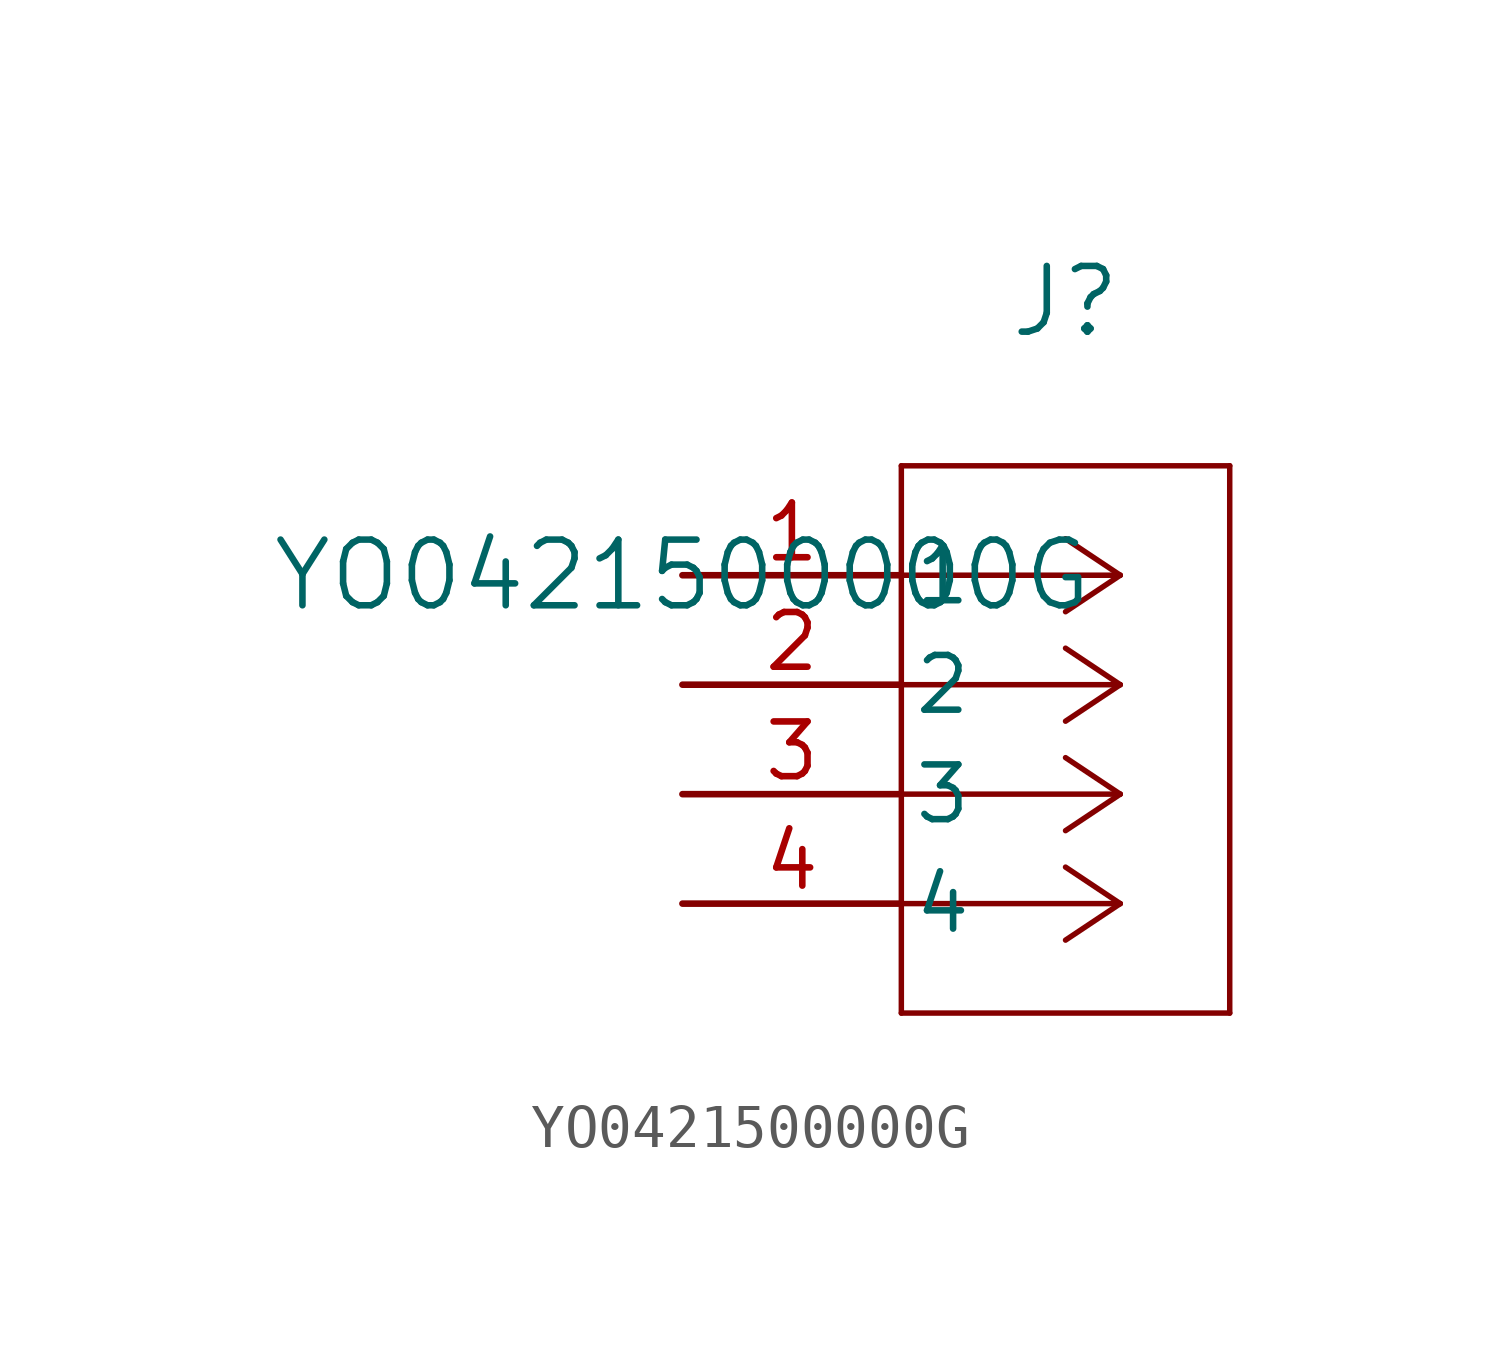
<source format=kicad_sym>
(kicad_symbol_lib
  (version 20211014)
  (generator kicad_symbol_editor)
  (symbol "YO0421500000G"
    (pin_names
      (offset 0.254))
    (property "Reference" "J"
      (at 8.89 6.35 0)
      (effects (font (size 1.524 1.524))))
    (property "Value" "YO0421500000G"
      (at 0 0 0)
      (effects (font (size 1.524 1.524))))
    (symbol "YO0421500000G_0_1"
      (polyline (pts (xy 10.16 0) (xy 5.08 0)) (stroke (width 0.127) (type default) (color 0 0 0 0)) (fill (type none)))
      (polyline (pts (xy 10.16 -2.54) (xy 5.08 -2.54)) (stroke (width 0.127) (type default) (color 0 0 0 0)) (fill (type none)))
      (polyline (pts (xy 10.16 -5.08) (xy 5.08 -5.08)) (stroke (width 0.127) (type default) (color 0 0 0 0)) (fill (type none)))
      (polyline (pts (xy 10.16 -7.62) (xy 5.08 -7.62)) (stroke (width 0.127) (type default) (color 0 0 0 0)) (fill (type none)))
      (polyline (pts (xy 10.16 0) (xy 8.89 0.847)) (stroke (width 0.127) (type default) (color 0 0 0 0)) (fill (type none)))
      (polyline (pts (xy 10.16 -2.54) (xy 8.89 -1.693)) (stroke (width 0.127) (type default) (color 0 0 0 0)) (fill (type none)))
      (polyline (pts (xy 10.16 -5.08) (xy 8.89 -4.233)) (stroke (width 0.127) (type default) (color 0 0 0 0)) (fill (type none)))
      (polyline (pts (xy 10.16 -7.62) (xy 8.89 -6.773)) (stroke (width 0.127) (type default) (color 0 0 0 0)) (fill (type none)))
      (polyline (pts (xy 10.16 0) (xy 8.89 -0.847)) (stroke (width 0.127) (type default) (color 0 0 0 0)) (fill (type none)))
      (polyline (pts (xy 10.16 -2.54) (xy 8.89 -3.387)) (stroke (width 0.127) (type default) (color 0 0 0 0)) (fill (type none)))
      (polyline (pts (xy 10.16 -5.08) (xy 8.89 -5.927)) (stroke (width 0.127) (type default) (color 0 0 0 0)) (fill (type none)))
      (polyline (pts (xy 10.16 -7.62) (xy 8.89 -8.467)) (stroke (width 0.127) (type default) (color 0 0 0 0)) (fill (type none)))
      (polyline (pts (xy 5.08 2.54) (xy 5.08 -10.16)) (stroke (width 0.127) (type default) (color 0 0 0 0)) (fill (type none)))
      (polyline (pts (xy 5.08 -10.16) (xy 12.7 -10.16)) (stroke (width 0.127) (type default) (color 0 0 0 0)) (fill (type none)))
      (polyline (pts (xy 12.7 -10.16) (xy 12.7 2.54)) (stroke (width 0.127) (type default) (color 0 0 0 0)) (fill (type none)))
      (polyline (pts (xy 12.7 2.54) (xy 5.08 2.54)) (stroke (width 0.127) (type default) (color 0 0 0 0)) (fill (type none)))
      (pin unspecified line (at 0 0 0) (length 5.08) (name "1" (effects (font (size 1.27 1.27)))) (number "1" (effects (font (size 1.27 1.27)))))
      (pin unspecified line (at 0 -2.54 0) (length 5.08) (name "2" (effects (font (size 1.27 1.27)))) (number "2" (effects (font (size 1.27 1.27)))))
      (pin unspecified line (at 0 -5.08 0) (length 5.08) (name "3" (effects (font (size 1.27 1.27)))) (number "3" (effects (font (size 1.27 1.27)))))
      (pin unspecified line (at 0 -7.62 0) (length 5.08) (name "4" (effects (font (size 1.27 1.27)))) (number "4" (effects (font (size 1.27 1.27))))))))
</source>
